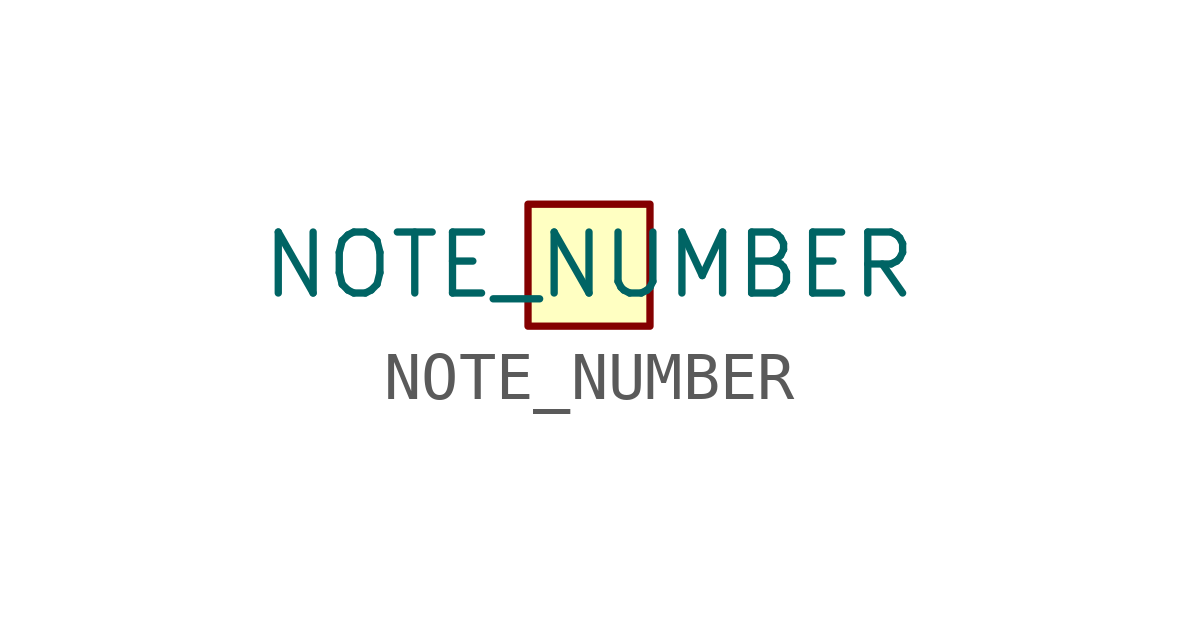
<source format=kicad_sym>
(kicad_symbol_lib
  (version 20211014)
  (generator kicad_symbol_editor)
  (symbol "NOTE_NUMBER"
    (property "Reference" "N"
      (at -7.62 5.08 0)
      (effects (font (size 1.27 1.27)) hide))
    (property "Value" "NOTE_NUMBER"
      (at 0 0 0)
      (effects (font (size 1.27 1.27))))
    (symbol "NOTE_NUMBER_0_0"
      (rectangle (start -1.27 1.27) (end 1.27 -1.27) (stroke (width 0) (type default) (color 0 0 0 0)) (fill (type background))))))
</source>
